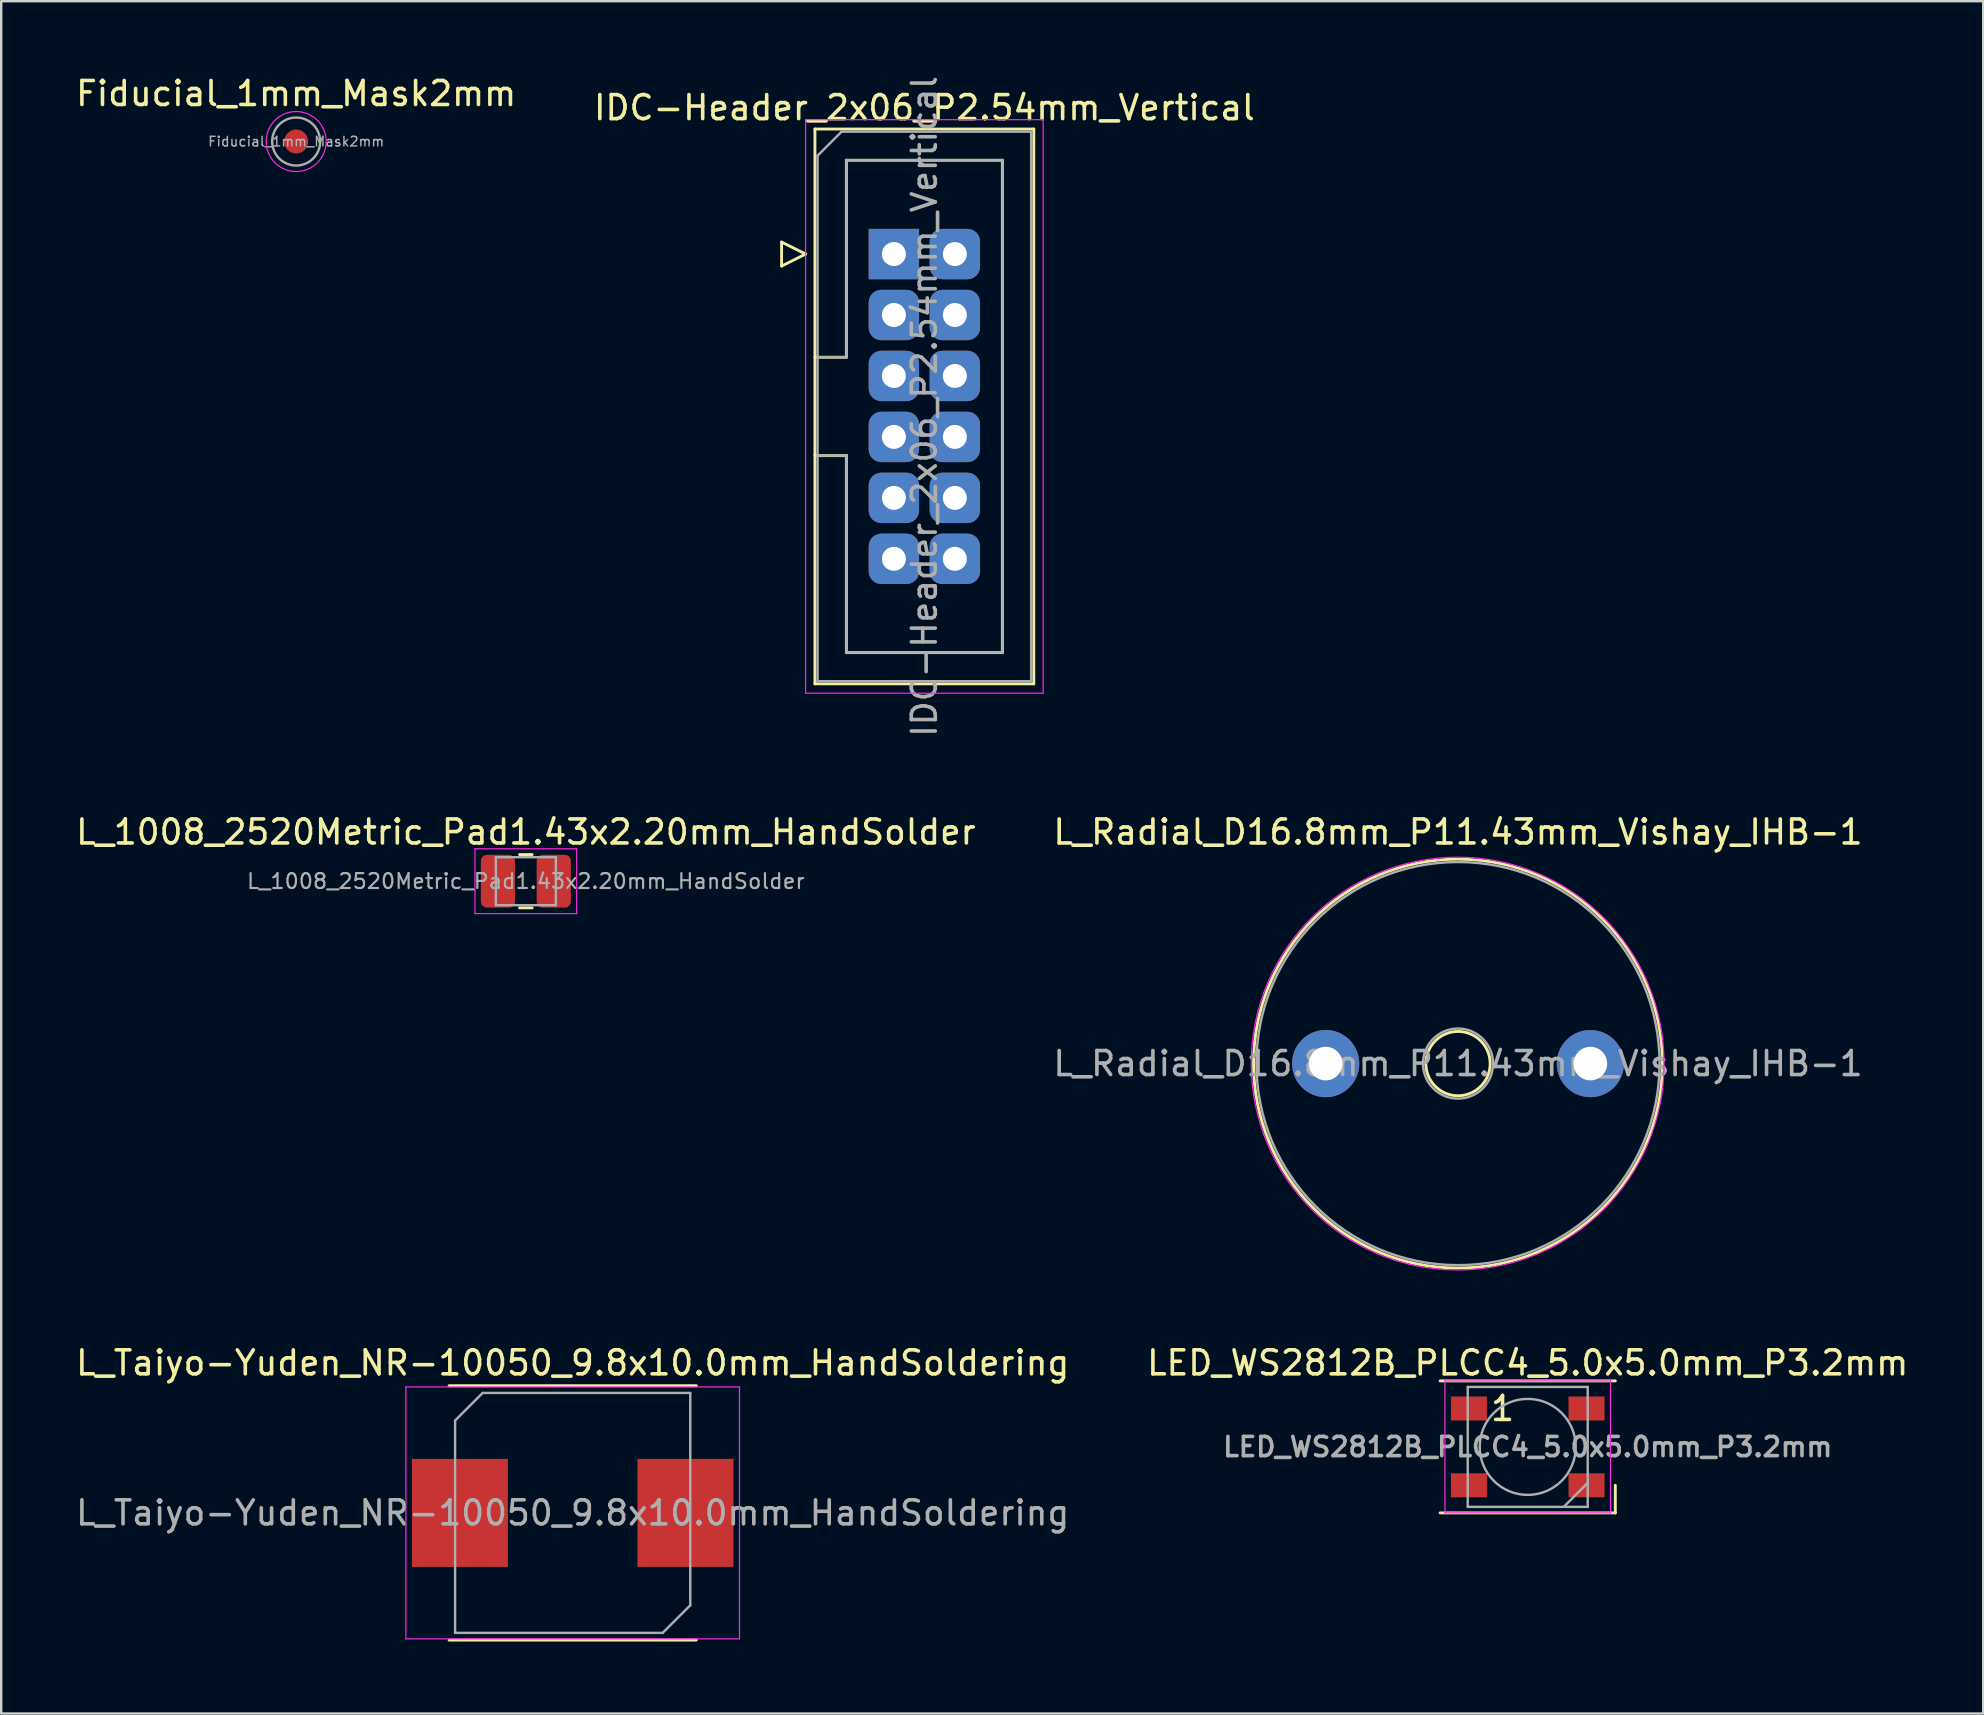
<source format=kicad_pcb>
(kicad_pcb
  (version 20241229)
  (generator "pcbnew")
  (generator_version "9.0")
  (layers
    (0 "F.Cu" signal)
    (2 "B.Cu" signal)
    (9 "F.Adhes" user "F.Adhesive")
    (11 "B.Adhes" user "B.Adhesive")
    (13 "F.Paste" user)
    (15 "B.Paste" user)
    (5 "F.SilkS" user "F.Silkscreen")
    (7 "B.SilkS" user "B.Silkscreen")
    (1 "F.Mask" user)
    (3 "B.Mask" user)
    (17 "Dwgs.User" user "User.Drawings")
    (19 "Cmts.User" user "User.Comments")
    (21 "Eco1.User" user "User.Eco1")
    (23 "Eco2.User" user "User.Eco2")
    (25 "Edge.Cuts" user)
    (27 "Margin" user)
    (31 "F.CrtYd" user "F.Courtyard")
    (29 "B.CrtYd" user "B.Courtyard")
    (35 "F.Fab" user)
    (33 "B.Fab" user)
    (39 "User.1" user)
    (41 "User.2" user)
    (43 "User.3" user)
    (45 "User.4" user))
  (footprint "Fiducial_1mm_Mask2mm"
    (layer "F.Cu")
    (at 9.292 2.848)
    (property "Reference" "Fiducial_1mm_Mask2mm" (at 0 -2 0) (layer "F.SilkS") (effects (font (size 1 1) (thickness 0.15))))
    (attr smd)
    (fp_circle (center 0 0) (end 1.25 0) (stroke (width 0.05) (type solid)) (fill no) (layer "F.CrtYd"))
    (fp_circle (center 0 0) (end 1 0) (stroke (width 0.1) (type solid)) (fill no) (layer "F.Fab"))
    (fp_text user "${REFERENCE}" (at 0 0 0) (layer "F.Fab") (effects (font (size 0.4 0.4) (thickness 0.06))))
    (pad "" smd circle (at 0 0) (size 1 1) (layers "F.Cu" "F.Mask")))
  (footprint "LED_WS2812B_PLCC4_5.0x5.0mm_P3.2mm"
    (layer "F.Cu")
    (at 60.613 57.245)
    (property "Reference" "LED_WS2812B_PLCC4_5.0x5.0mm_P3.2mm" (at 0 -3.5 0) (layer "F.SilkS") (effects (font (size 1 1) (thickness 0.15))))
    (attr smd)
    (fp_line (start -3.65 -2.75) (end 3.65 -2.75) (stroke (width 0.12) (type solid)) (layer "F.SilkS"))
    (fp_line (start -3.65 2.75) (end 3.65 2.75) (stroke (width 0.12) (type solid)) (layer "F.SilkS"))
    (fp_line (start 3.65 2.75) (end 3.65 1.6) (stroke (width 0.12) (type solid)) (layer "F.SilkS"))
    (fp_line (start -3.45 -2.75) (end -3.45 2.75) (stroke (width 0.05) (type solid)) (layer "F.CrtYd"))
    (fp_line (start -3.45 2.75) (end 3.45 2.75) (stroke (width 0.05) (type solid)) (layer "F.CrtYd"))
    (fp_line (start 3.45 -2.75) (end -3.45 -2.75) (stroke (width 0.05) (type solid)) (layer "F.CrtYd"))
    (fp_line (start 3.45 2.75) (end 3.45 -2.75) (stroke (width 0.05) (type solid)) (layer "F.CrtYd"))
    (fp_line (start -2.5 -2.5) (end -2.5 2.5) (stroke (width 0.1) (type solid)) (layer "F.Fab"))
    (fp_line (start -2.5 2.5) (end 2.5 2.5) (stroke (width 0.1) (type solid)) (layer "F.Fab"))
    (fp_line (start 2.5 -2.5) (end -2.5 -2.5) (stroke (width 0.1) (type solid)) (layer "F.Fab"))
    (fp_line (start 2.5 1.5) (end 1.5 2.5) (stroke (width 0.1) (type solid)) (layer "F.Fab"))
    (fp_line (start 2.5 2.5) (end 2.5 -2.5) (stroke (width 0.1) (type solid)) (layer "F.Fab"))
    (fp_circle (center 0 0) (end 0 -2) (stroke (width 0.1) (type solid)) (fill no) (layer "F.Fab"))
    (fp_text user "1" (at -1.05 -1.6 0) (layer "F.SilkS") (effects (font (size 1 1) (thickness 0.15))))
    (fp_text user "${REFERENCE}" (at 0 0 0) (layer "F.Fab") (effects (font (size 0.8 0.8) (thickness 0.15))))
    (pad "1" smd rect (at -2.45 -1.6) (size 1.5 1) (layers "F.Cu" "F.Mask" "F.Paste"))
    (pad "2" smd rect (at -2.45 1.6) (size 1.5 1) (layers "F.Cu" "F.Mask" "F.Paste"))
    (pad "3" smd rect (at 2.45 1.6) (size 1.5 1) (layers "F.Cu" "F.Mask" "F.Paste"))
    (pad "4" smd rect (at 2.45 -1.6) (size 1.5 1) (layers "F.Cu" "F.Mask" "F.Paste")))
  (footprint "L_1008_2520Metric_Pad1.43x2.20mm_HandSolder"
    (layer "F.Cu")
    (at 18.863 33.672)
    (property "Reference" "L_1008_2520Metric_Pad1.43x2.20mm_HandSolder" (at 0 -2.05 0) (layer "F.SilkS") (effects (font (size 1 1) (thickness 0.15))))
    (attr smd)
    (fp_line (start -0.261 -1.11) (end 0.261 -1.11) (stroke (width 0.12) (type solid)) (layer "F.SilkS"))
    (fp_line (start -0.261 1.11) (end 0.261 1.11) (stroke (width 0.12) (type solid)) (layer "F.SilkS"))
    (fp_line (start -2.12 -1.35) (end 2.12 -1.35) (stroke (width 0.05) (type solid)) (layer "F.CrtYd"))
    (fp_line (start -2.12 1.35) (end -2.12 -1.35) (stroke (width 0.05) (type solid)) (layer "F.CrtYd"))
    (fp_line (start 2.12 -1.35) (end 2.12 1.35) (stroke (width 0.05) (type solid)) (layer "F.CrtYd"))
    (fp_line (start 2.12 1.35) (end -2.12 1.35) (stroke (width 0.05) (type solid)) (layer "F.CrtYd"))
    (fp_line (start -1.25 -1) (end 1.25 -1) (stroke (width 0.1) (type solid)) (layer "F.Fab"))
    (fp_line (start -1.25 1) (end -1.25 -1) (stroke (width 0.1) (type solid)) (layer "F.Fab"))
    (fp_line (start 1.25 -1) (end 1.25 1) (stroke (width 0.1) (type solid)) (layer "F.Fab"))
    (fp_line (start 1.25 1) (end -1.25 1) (stroke (width 0.1) (type solid)) (layer "F.Fab"))
    (fp_text user "${REFERENCE}" (at 0 0 0) (layer "F.Fab") (effects (font (size 0.62 0.62) (thickness 0.09))))
    (pad "1" smd roundrect (at -1.163 0) (size 1.425 2.2) (layers "F.Cu" "F.Mask" "F.Paste") (roundrect_rratio 0.175))
    (pad "2" smd roundrect (at 1.163 0) (size 1.425 2.2) (layers "F.Cu" "F.Mask" "F.Paste") (roundrect_rratio 0.175)))
  (footprint "IDC-Header_2x06_P2.54mm_Vertical"
    (layer "F.Cu")
    (at 34.2 7.537)
    (property "Reference" "IDC-Header_2x06_P2.54mm_Vertical" (at 1.27 -6.1 0) (layer "F.SilkS") (effects (font (size 1 1) (thickness 0.15))))
    (attr through_hole)
    (fp_line (start -4.68 -0.5) (end -4.68 0.5) (stroke (width 0.12) (type solid)) (layer "F.SilkS"))
    (fp_line (start -4.68 0.5) (end -3.68 0) (stroke (width 0.12) (type solid)) (layer "F.SilkS"))
    (fp_line (start -3.68 0) (end -4.68 -0.5) (stroke (width 0.12) (type solid)) (layer "F.SilkS"))
    (fp_line (start -3.29 -5.21) (end 5.83 -5.21) (stroke (width 0.12) (type solid)) (layer "F.SilkS"))
    (fp_line (start -3.29 4.3) (end -1.98 4.3) (stroke (width 0.12) (type solid)) (layer "F.SilkS"))
    (fp_line (start -3.29 17.91) (end -3.29 -5.21) (stroke (width 0.12) (type solid)) (layer "F.SilkS"))
    (fp_line (start -1.98 -3.91) (end 4.52 -3.91) (stroke (width 0.12) (type solid)) (layer "F.SilkS"))
    (fp_line (start -1.98 4.3) (end -1.98 -3.91) (stroke (width 0.12) (type solid)) (layer "F.SilkS"))
    (fp_line (start -1.98 8.4) (end -3.29 8.4) (stroke (width 0.12) (type solid)) (layer "F.SilkS"))
    (fp_line (start -1.98 8.4) (end -1.98 8.4) (stroke (width 0.12) (type solid)) (layer "F.SilkS"))
    (fp_line (start -1.98 16.61) (end -1.98 8.4) (stroke (width 0.12) (type solid)) (layer "F.SilkS"))
    (fp_line (start 4.52 -3.91) (end 4.52 16.61) (stroke (width 0.12) (type solid)) (layer "F.SilkS"))
    (fp_line (start 4.52 16.61) (end -1.98 16.61) (stroke (width 0.12) (type solid)) (layer "F.SilkS"))
    (fp_line (start 5.83 -5.21) (end 5.83 17.91) (stroke (width 0.12) (type solid)) (layer "F.SilkS"))
    (fp_line (start 5.83 17.91) (end -3.29 17.91) (stroke (width 0.12) (type solid)) (layer "F.SilkS"))
    (fp_line (start -3.68 -5.6) (end -3.68 18.3) (stroke (width 0.05) (type solid)) (layer "F.CrtYd"))
    (fp_line (start -3.68 18.3) (end 6.22 18.3) (stroke (width 0.05) (type solid)) (layer "F.CrtYd"))
    (fp_line (start 6.22 -5.6) (end -3.68 -5.6) (stroke (width 0.05) (type solid)) (layer "F.CrtYd"))
    (fp_line (start 6.22 18.3) (end 6.22 -5.6) (stroke (width 0.05) (type solid)) (layer "F.CrtYd"))
    (fp_line (start -3.18 -4.1) (end -2.18 -5.1) (stroke (width 0.1) (type solid)) (layer "F.Fab"))
    (fp_line (start -3.18 4.3) (end -1.98 4.3) (stroke (width 0.1) (type solid)) (layer "F.Fab"))
    (fp_line (start -3.18 17.8) (end -3.18 -4.1) (stroke (width 0.1) (type solid)) (layer "F.Fab"))
    (fp_line (start -2.18 -5.1) (end 5.72 -5.1) (stroke (width 0.1) (type solid)) (layer "F.Fab"))
    (fp_line (start -1.98 -3.91) (end 4.52 -3.91) (stroke (width 0.1) (type solid)) (layer "F.Fab"))
    (fp_line (start -1.98 4.3) (end -1.98 -3.91) (stroke (width 0.1) (type solid)) (layer "F.Fab"))
    (fp_line (start -1.98 8.4) (end -3.18 8.4) (stroke (width 0.1) (type solid)) (layer "F.Fab"))
    (fp_line (start -1.98 8.4) (end -1.98 8.4) (stroke (width 0.1) (type solid)) (layer "F.Fab"))
    (fp_line (start -1.98 16.61) (end -1.98 8.4) (stroke (width 0.1) (type solid)) (layer "F.Fab"))
    (fp_line (start 4.52 -3.91) (end 4.52 16.61) (stroke (width 0.1) (type solid)) (layer "F.Fab"))
    (fp_line (start 4.52 16.61) (end -1.98 16.61) (stroke (width 0.1) (type solid)) (layer "F.Fab"))
    (fp_line (start 5.72 -5.1) (end 5.72 17.8) (stroke (width 0.1) (type solid)) (layer "F.Fab"))
    (fp_line (start 5.72 17.8) (end -3.18 17.8) (stroke (width 0.1) (type solid)) (layer "F.Fab"))
    (fp_text user "${REFERENCE}" (at 1.27 6.35 90) (layer "F.Fab") (effects (font (size 1 1) (thickness 0.15))))
    (pad "1" thru_hole rect (at 0 0) (size 2.1 2.1) (drill 1) (layers "*.Cu" "*.Mask"))
    (pad "2" thru_hole roundrect (at 2.54 0) (size 2.1 2.1) (drill 1) (layers "*.Cu" "*.Mask") (roundrect_rratio 0.25))
    (pad "3" thru_hole roundrect (at 0 2.54) (size 2.1 2.1) (drill 1) (layers "*.Cu" "*.Mask") (roundrect_rratio 0.25))
    (pad "4" thru_hole roundrect (at 2.54 2.54) (size 2.1 2.1) (drill 1) (layers "*.Cu" "*.Mask") (roundrect_rratio 0.25))
    (pad "5" thru_hole roundrect (at 0 5.08) (size 2.1 2.1) (drill 1) (layers "*.Cu" "*.Mask") (roundrect_rratio 0.25))
    (pad "6" thru_hole roundrect (at 2.54 5.08) (size 2.1 2.1) (drill 1) (layers "*.Cu" "*.Mask") (roundrect_rratio 0.25))
    (pad "7" thru_hole roundrect (at 0 7.62) (size 2.1 2.1) (drill 1) (layers "*.Cu" "*.Mask") (roundrect_rratio 0.25))
    (pad "8" thru_hole roundrect (at 2.54 7.62) (size 2.1 2.1) (drill 1) (layers "*.Cu" "*.Mask") (roundrect_rratio 0.25))
    (pad "9" thru_hole roundrect (at 0 10.16) (size 2.1 2.1) (drill 1) (layers "*.Cu" "*.Mask") (roundrect_rratio 0.25))
    (pad "10" thru_hole roundrect (at 2.54 10.16) (size 2.1 2.1) (drill 1) (layers "*.Cu" "*.Mask") (roundrect_rratio 0.25))
    (pad "11" thru_hole roundrect (at 0 12.7) (size 2.1 2.1) (drill 1) (layers "*.Cu" "*.Mask") (roundrect_rratio 0.25))
    (pad "12" thru_hole roundrect (at 2.54 12.7) (size 2.1 2.1) (drill 1) (layers "*.Cu" "*.Mask") (roundrect_rratio 0.25)))
  (footprint "L_Taiyo-Yuden_NR-10050_9.8x10.0mm_HandSoldering"
    (layer "F.Cu")
    (at 20.815 59.995)
    (property "Reference" "L_Taiyo-Yuden_NR-10050_9.8x10.0mm_HandSoldering" (at 0 -6.25 0) (layer "F.SilkS") (effects (font (size 1 1) (thickness 0.15))))
    (attr smd)
    (fp_line (start -5.15 -5.3) (end 5.15 -5.3) (stroke (width 0.12) (type solid)) (layer "F.SilkS"))
    (fp_line (start -5.15 5.3) (end 5.15 5.3) (stroke (width 0.12) (type solid)) (layer "F.SilkS"))
    (fp_line (start -6.95 -5.25) (end -6.95 5.25) (stroke (width 0.05) (type solid)) (layer "F.CrtYd"))
    (fp_line (start -6.95 5.25) (end 6.95 5.25) (stroke (width 0.05) (type solid)) (layer "F.CrtYd"))
    (fp_line (start 6.95 -5.25) (end -6.95 -5.25) (stroke (width 0.05) (type solid)) (layer "F.CrtYd"))
    (fp_line (start 6.95 5.25) (end 6.95 -5.25) (stroke (width 0.05) (type solid)) (layer "F.CrtYd"))
    (fp_line (start -4.9 -3.85) (end -4.9 5) (stroke (width 0.1) (type solid)) (layer "F.Fab"))
    (fp_line (start -4.9 -3.85) (end -3.75 -5) (stroke (width 0.1) (type solid)) (layer "F.Fab"))
    (fp_line (start -4.9 5) (end 3.75 5) (stroke (width 0.1) (type solid)) (layer "F.Fab"))
    (fp_line (start 3.75 5) (end 4.9 3.85) (stroke (width 0.1) (type solid)) (layer "F.Fab"))
    (fp_line (start 4.9 -5) (end -3.75 -5) (stroke (width 0.1) (type solid)) (layer "F.Fab"))
    (fp_line (start 4.9 3.85) (end 4.9 -5) (stroke (width 0.1) (type solid)) (layer "F.Fab"))
    (fp_text user "${REFERENCE}" (at 0 0 0) (layer "F.Fab") (effects (font (size 1 1) (thickness 0.15))))
    (pad "1" smd rect (at -4.7 0) (size 4 4.5) (layers "F.Cu" "F.Mask" "F.Paste"))
    (pad "2" smd rect (at 4.7 0) (size 4 4.5) (layers "F.Cu" "F.Mask" "F.Paste")))
  (footprint "L_Radial_D16.8mm_P11.43mm_Vishay_IHB-1"
    (layer "F.Cu")
    (at 51.993 41.272)
    (property "Reference" "L_Radial_D16.8mm_P11.43mm_Vishay_IHB-1" (at 5.715 -9.65 0) (layer "F.SilkS") (effects (font (size 1 1) (thickness 0.15))))
    (attr through_hole)
    (fp_circle (center 5.715 0) (end 7.055 0) (stroke (width 0.12) (type solid)) (fill no) (layer "F.SilkS"))
    (fp_circle (center 5.715 0) (end 14.235 0) (stroke (width 0.12) (type solid)) (fill no) (layer "F.SilkS"))
    (fp_circle (center 5.7 0) (end 14.3 0) (stroke (width 0.05) (type default)) (fill no) (layer "F.CrtYd"))
    (fp_circle (center 5.715 0) (end 7.175 0) (stroke (width 0.1) (type solid)) (fill no) (layer "F.Fab"))
    (fp_circle (center 5.715 0) (end 14.115 0) (stroke (width 0.1) (type solid)) (fill no) (layer "F.Fab"))
    (fp_text user "${REFERENCE}" (at 5.715 0 0) (layer "F.Fab") (effects (font (size 1 1) (thickness 0.15))))
    (pad "1" thru_hole circle (at 0.2 0) (size 2.8 2.8) (drill 1.4) (layers "*.Cu" "*.Mask"))
    (pad "2" thru_hole circle (at 11.23 0) (size 2.8 2.8) (drill 1.4) (layers "*.Cu" "*.Mask")))
  (gr_rect
    (start -3 -3)
    (end 79.595 68.355)
    (stroke (width 0.1) (type default))
    (fill no)
    (layer "Edge.Cuts")))
</source>
